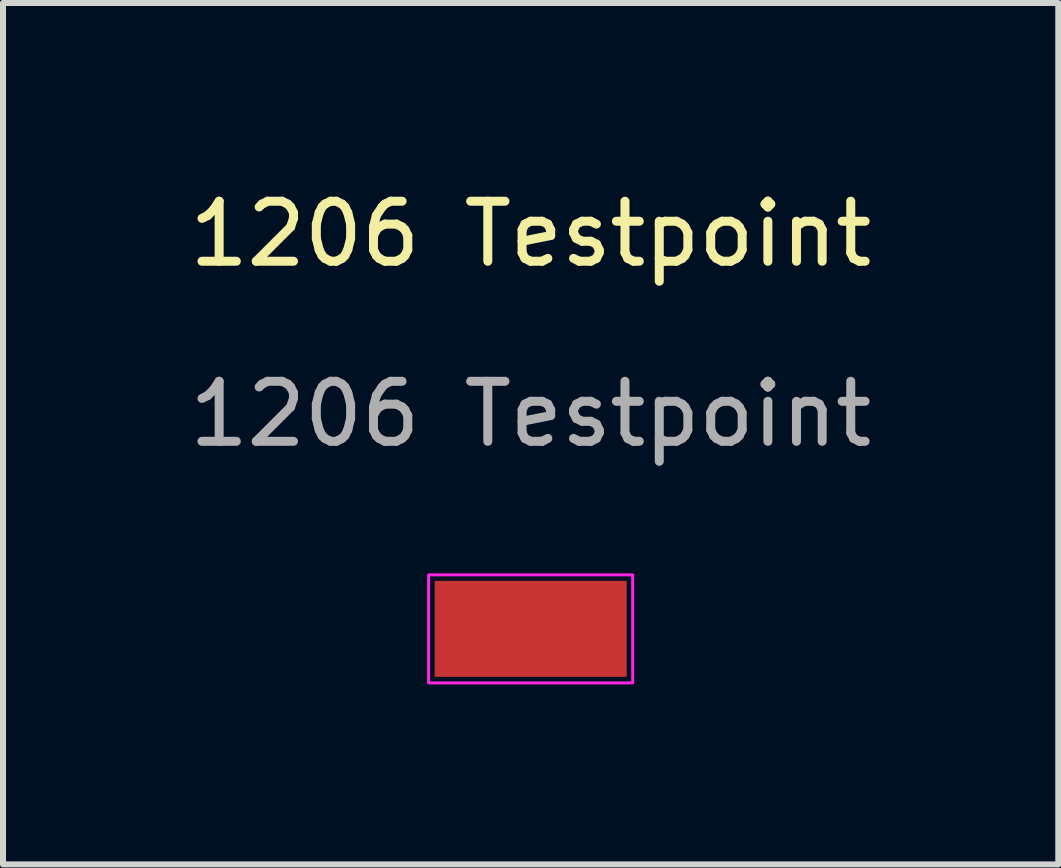
<source format=kicad_pcb>
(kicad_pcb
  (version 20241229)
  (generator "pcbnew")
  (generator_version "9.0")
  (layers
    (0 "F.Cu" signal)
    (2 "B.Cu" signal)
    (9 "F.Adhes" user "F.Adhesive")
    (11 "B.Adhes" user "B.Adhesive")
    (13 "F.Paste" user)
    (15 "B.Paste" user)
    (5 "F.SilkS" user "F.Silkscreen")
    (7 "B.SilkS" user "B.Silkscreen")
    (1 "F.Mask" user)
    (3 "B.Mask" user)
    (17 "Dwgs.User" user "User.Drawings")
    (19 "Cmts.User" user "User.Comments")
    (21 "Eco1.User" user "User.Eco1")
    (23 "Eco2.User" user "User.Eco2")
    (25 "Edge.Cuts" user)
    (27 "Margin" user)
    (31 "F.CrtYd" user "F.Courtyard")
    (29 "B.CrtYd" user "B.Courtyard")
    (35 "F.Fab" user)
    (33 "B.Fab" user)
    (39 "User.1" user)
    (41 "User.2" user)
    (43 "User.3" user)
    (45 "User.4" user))
  (footprint "1206 Testpoint"
    (layer "F.Cu")
    (at 5.792 7.428)
    (property "Reference" "1206 Testpoint" (at 0 -6.58 0) (unlocked yes) (layer "F.SilkS") (effects (font (size 1 1) (thickness 0.15))))
    (attr smd)
    (fp_rect (start -1.7 -0.9) (end 1.7 0.9) (stroke (width 0.05) (type default)) (fill no) (layer "F.CrtYd"))
    (fp_text user "${REFERENCE}" (at 0 -3.58 0) (unlocked yes) (layer "F.Fab") (effects (font (size 1 1) (thickness 0.15))))
    (pad "1" smd rect (at 0 0) (size 3.2 1.6) (layers "F.Cu" "F.Mask" "F.Paste")))
  (gr_rect
    (start -3 -3)
    (end 14.583 11.353)
    (stroke (width 0.1) (type default))
    (fill no)
    (layer "Edge.Cuts")))
</source>
